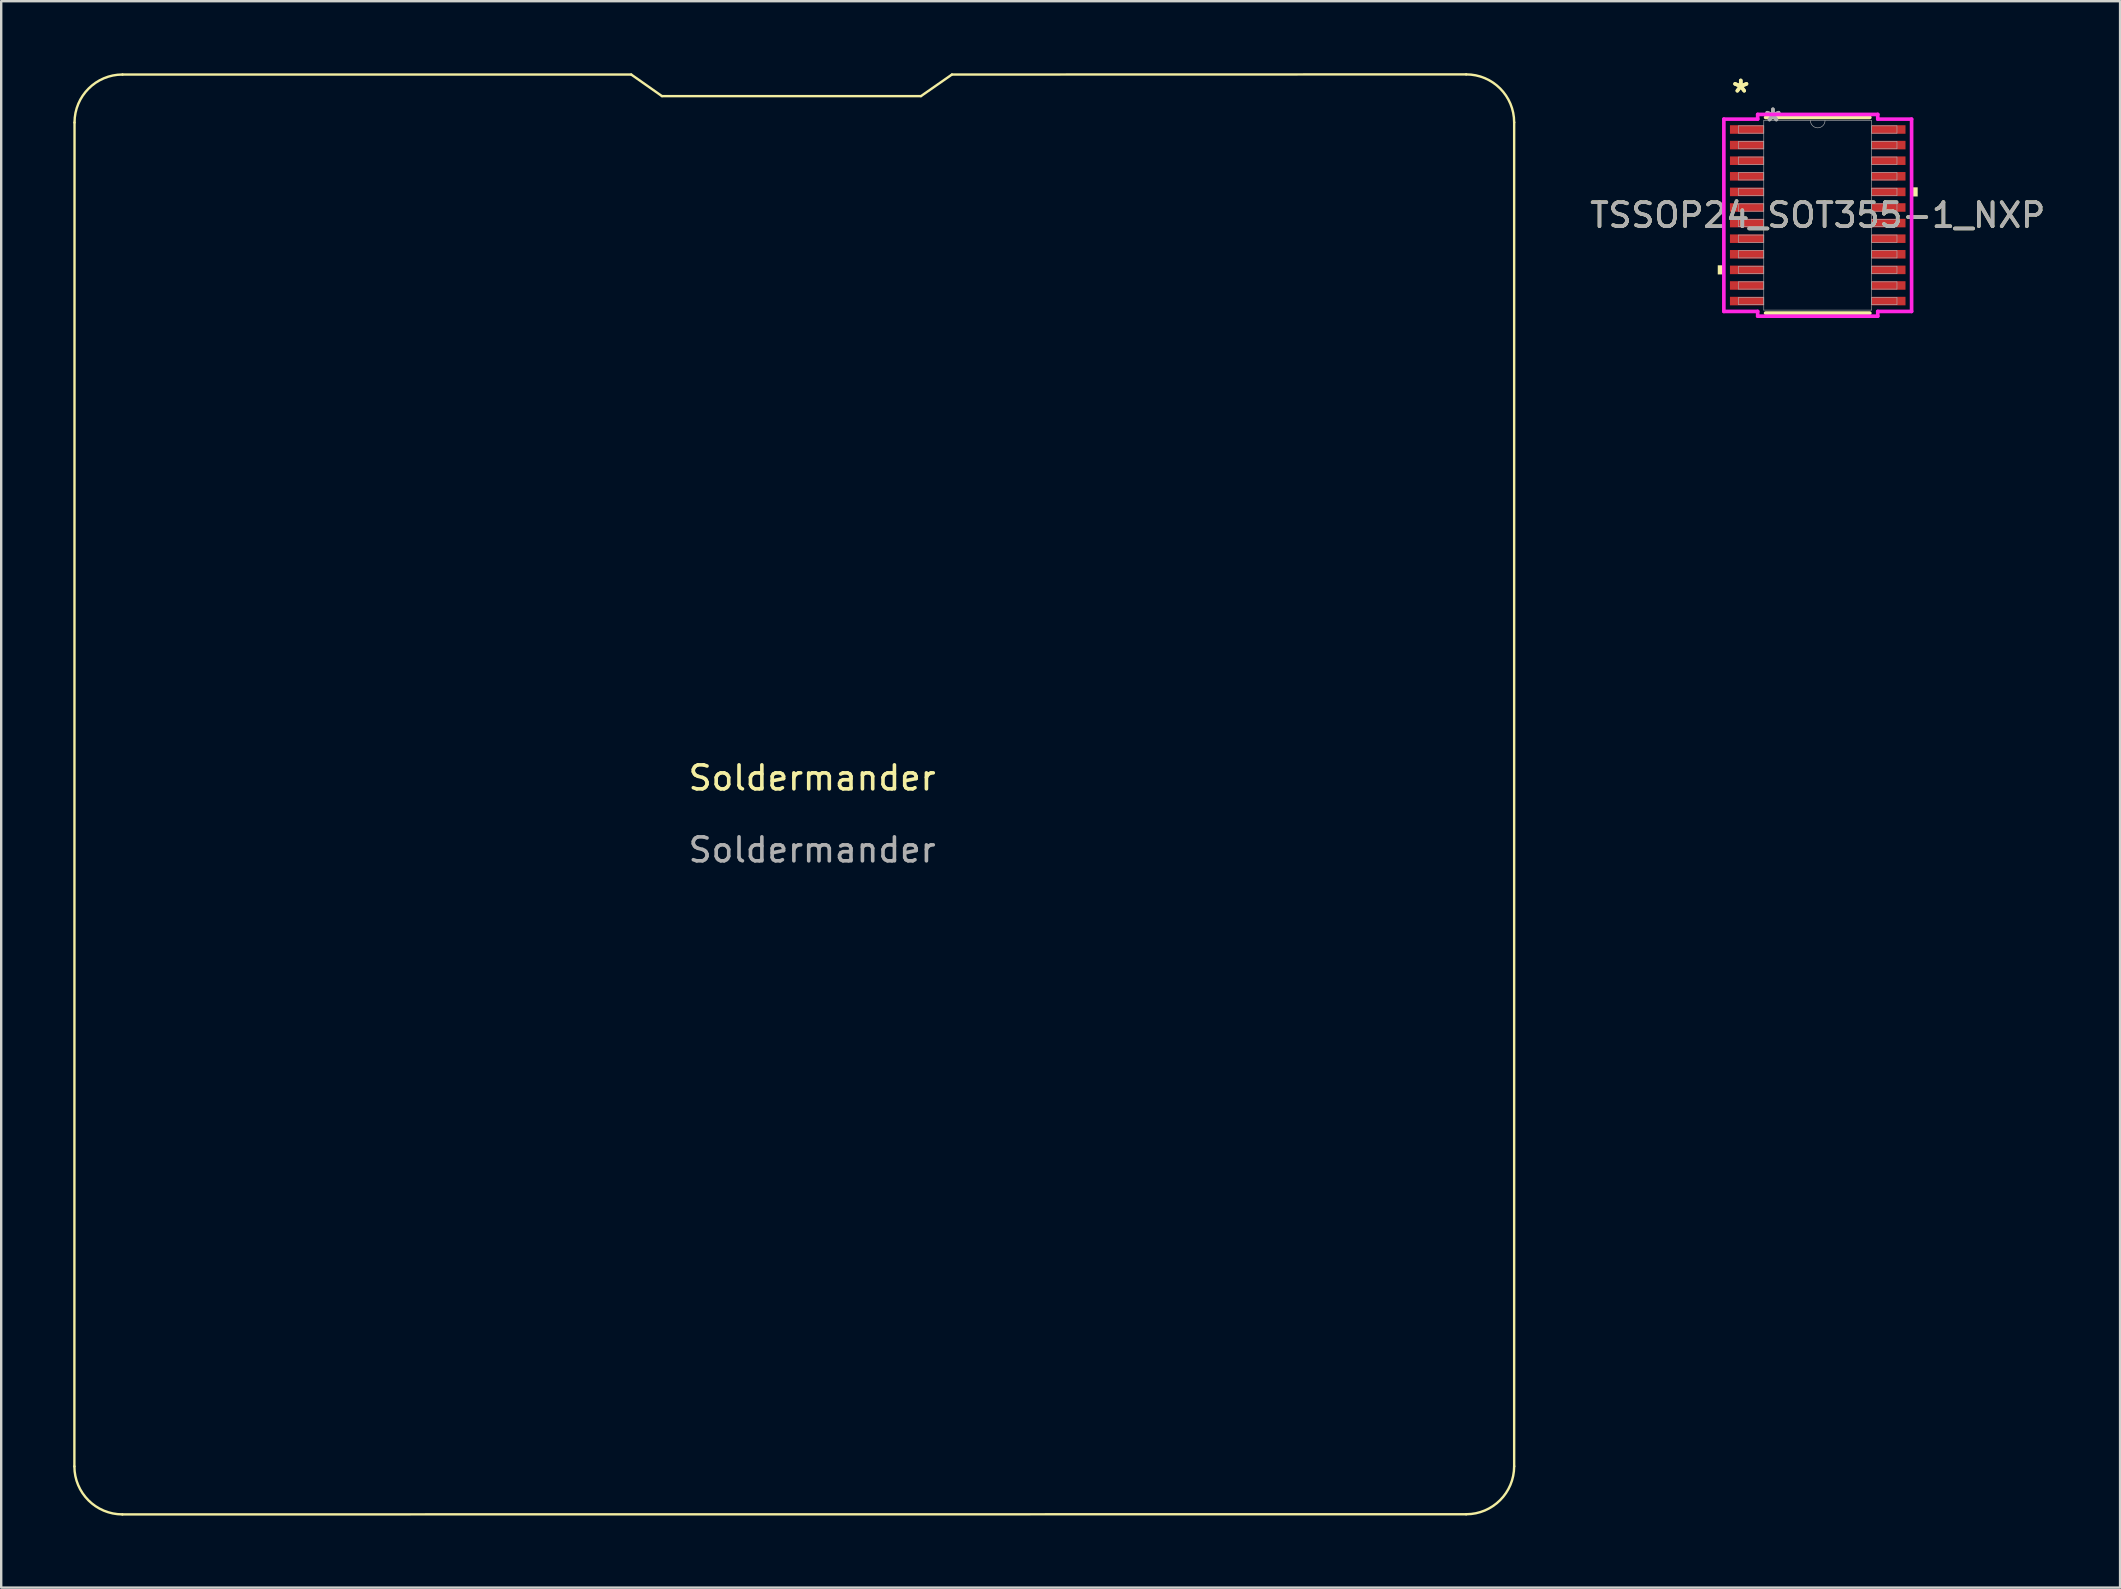
<source format=kicad_pcb>
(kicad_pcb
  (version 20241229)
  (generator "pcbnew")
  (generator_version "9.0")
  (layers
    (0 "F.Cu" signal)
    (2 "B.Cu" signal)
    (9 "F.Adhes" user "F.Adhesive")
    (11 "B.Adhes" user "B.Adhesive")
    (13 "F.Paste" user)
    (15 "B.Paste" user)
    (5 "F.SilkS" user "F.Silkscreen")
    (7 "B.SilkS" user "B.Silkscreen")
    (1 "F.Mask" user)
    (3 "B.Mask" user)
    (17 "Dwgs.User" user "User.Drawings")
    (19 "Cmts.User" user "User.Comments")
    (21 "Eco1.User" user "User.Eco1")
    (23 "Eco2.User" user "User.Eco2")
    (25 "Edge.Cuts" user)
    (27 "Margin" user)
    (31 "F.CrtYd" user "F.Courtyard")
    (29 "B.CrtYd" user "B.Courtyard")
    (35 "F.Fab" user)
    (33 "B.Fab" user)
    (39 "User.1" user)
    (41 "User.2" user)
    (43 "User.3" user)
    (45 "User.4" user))
  (footprint "Soldermander"
    (layer "F.Cu")
    (at 30.053 30.055)
    (property "Reference" "Soldermander" (at 0.743 -0.685 0) (unlocked yes) (layer "F.SilkS") (effects (font (size 1 1) (thickness 0.15))))
    (attr smd)
    (fp_line (start -29.997 -27.999) (end -30.003 28.007) (stroke (width 0.1) (type default)) (layer "F.SilkS"))
    (fp_line (start -28.003 30.007) (end 27.999 30.001) (stroke (width 0.1) (type default)) (layer "F.SilkS"))
    (fp_line (start -6.797 -29.999) (end -27.997 -29.999) (stroke (width 0.1) (type default)) (layer "F.SilkS"))
    (fp_line (start -5.517 -29.1) (end -6.797 -29.999) (stroke (width 0.1) (type solid)) (layer "F.SilkS"))
    (fp_line (start 5.278 -29.1) (end -5.517 -29.1) (stroke (width 0.1) (type solid)) (layer "F.SilkS"))
    (fp_line (start 6.568 -29.999) (end 5.278 -29.1) (stroke (width 0.1) (type solid)) (layer "F.SilkS"))
    (fp_line (start 27.999 -30.005) (end 6.568 -29.999) (stroke (width 0.1) (type default)) (layer "F.SilkS"))
    (fp_line (start 29.999 -28.005) (end 29.999 28.001) (stroke (width 0.1) (type default)) (layer "F.SilkS"))
    (fp_arc (start -29.996999 -27.999209) (mid -29.411213 -29.413423) (end -27.996999 -29.999209) (stroke (width 0.1) (type solid)) (layer "F.SilkS"))
    (fp_arc (start -28.002785 30.006573) (mid -29.417001 29.420789) (end -30.002785 28.006573) (stroke (width 0.1) (type solid)) (layer "F.SilkS"))
    (fp_arc (start 27.998787 -30.004995) (mid 29.413005 -29.419213) (end 29.998787 -28.004995) (stroke (width 0.1) (type solid)) (layer "F.SilkS"))
    (fp_arc (start 29.998787 28.000791) (mid 29.412998 29.415002) (end 27.998787 30.000791) (stroke (width 0.1) (type solid)) (layer "F.SilkS"))
    (fp_text user "${REFERENCE}" (at 0.743 2.315 0) (unlocked yes) (layer "F.Fab") (effects (font (size 1 1) (thickness 0.15)))))
  (footprint "TSSOP24_SOT355-1_NXP"
    (layer "F.Cu")
    (at 72.703 5.922)
    (property "Reference" "TSSOP24_SOT355-1_NXP" (at 0 0 0) (unlocked yes) (layer "F.SilkS") (effects (font (size 1 1) (thickness 0.15))))
    (attr smd)
    (fp_line (start -2.172 4.077) (end 2.172 4.077) (stroke (width 0.152) (type solid)) (layer "F.SilkS"))
    (fp_line (start 2.172 -4.077) (end -2.172 -4.077) (stroke (width 0.152) (type solid)) (layer "F.SilkS"))
    (fp_poly (pts (xy -4.166 2.084) (xy -4.166 2.465) (xy -3.912 2.465) (xy -3.912 2.084)) (stroke (width 0) (type solid)) (fill yes) (layer "F.SilkS"))
    (fp_poly (pts (xy 4.166 -1.165) (xy 4.166 -0.784) (xy 3.912 -0.784) (xy 3.912 -1.165)) (stroke (width 0) (type solid)) (fill yes) (layer "F.SilkS"))
    (fp_line (start -3.912 -4.007) (end -2.502 -4.007) (stroke (width 0.152) (type solid)) (layer "F.CrtYd"))
    (fp_line (start -3.912 4.007) (end -3.912 -4.007) (stroke (width 0.152) (type solid)) (layer "F.CrtYd"))
    (fp_line (start -3.912 4.007) (end -2.502 4.007) (stroke (width 0.152) (type solid)) (layer "F.CrtYd"))
    (fp_line (start -2.502 -4.204) (end 2.502 -4.204) (stroke (width 0.152) (type solid)) (layer "F.CrtYd"))
    (fp_line (start -2.502 -4.007) (end -2.502 -4.204) (stroke (width 0.152) (type solid)) (layer "F.CrtYd"))
    (fp_line (start -2.502 4.204) (end -2.502 4.007) (stroke (width 0.152) (type solid)) (layer "F.CrtYd"))
    (fp_line (start 2.502 -4.204) (end 2.502 -4.007) (stroke (width 0.152) (type solid)) (layer "F.CrtYd"))
    (fp_line (start 2.502 4.007) (end 2.502 4.204) (stroke (width 0.152) (type solid)) (layer "F.CrtYd"))
    (fp_line (start 2.502 4.204) (end -2.502 4.204) (stroke (width 0.152) (type solid)) (layer "F.CrtYd"))
    (fp_line (start 3.912 -4.007) (end 2.502 -4.007) (stroke (width 0.152) (type solid)) (layer "F.CrtYd"))
    (fp_line (start 3.912 -4.007) (end 3.912 4.007) (stroke (width 0.152) (type solid)) (layer "F.CrtYd"))
    (fp_line (start 3.912 4.007) (end 2.502 4.007) (stroke (width 0.152) (type solid)) (layer "F.CrtYd"))
    (fp_line (start -3.302 -3.727) (end -3.302 -3.423) (stroke (width 0.025) (type solid)) (layer "F.Fab"))
    (fp_line (start -3.302 -3.423) (end -2.248 -3.423) (stroke (width 0.025) (type solid)) (layer "F.Fab"))
    (fp_line (start -3.302 -3.077) (end -3.302 -2.773) (stroke (width 0.025) (type solid)) (layer "F.Fab"))
    (fp_line (start -3.302 -2.773) (end -2.248 -2.773) (stroke (width 0.025) (type solid)) (layer "F.Fab"))
    (fp_line (start -3.302 -2.427) (end -3.302 -2.123) (stroke (width 0.025) (type solid)) (layer "F.Fab"))
    (fp_line (start -3.302 -2.123) (end -2.248 -2.123) (stroke (width 0.025) (type solid)) (layer "F.Fab"))
    (fp_line (start -3.302 -1.777) (end -3.302 -1.473) (stroke (width 0.025) (type solid)) (layer "F.Fab"))
    (fp_line (start -3.302 -1.473) (end -2.248 -1.473) (stroke (width 0.025) (type solid)) (layer "F.Fab"))
    (fp_line (start -3.302 -1.127) (end -3.302 -0.823) (stroke (width 0.025) (type solid)) (layer "F.Fab"))
    (fp_line (start -3.302 -0.823) (end -2.248 -0.823) (stroke (width 0.025) (type solid)) (layer "F.Fab"))
    (fp_line (start -3.302 -0.477) (end -3.302 -0.173) (stroke (width 0.025) (type solid)) (layer "F.Fab"))
    (fp_line (start -3.302 -0.173) (end -2.248 -0.173) (stroke (width 0.025) (type solid)) (layer "F.Fab"))
    (fp_line (start -3.302 0.173) (end -3.302 0.477) (stroke (width 0.025) (type solid)) (layer "F.Fab"))
    (fp_line (start -3.302 0.477) (end -2.248 0.477) (stroke (width 0.025) (type solid)) (layer "F.Fab"))
    (fp_line (start -3.302 0.823) (end -3.302 1.127) (stroke (width 0.025) (type solid)) (layer "F.Fab"))
    (fp_line (start -3.302 1.127) (end -2.248 1.127) (stroke (width 0.025) (type solid)) (layer "F.Fab"))
    (fp_line (start -3.302 1.473) (end -3.302 1.777) (stroke (width 0.025) (type solid)) (layer "F.Fab"))
    (fp_line (start -3.302 1.777) (end -2.248 1.777) (stroke (width 0.025) (type solid)) (layer "F.Fab"))
    (fp_line (start -3.302 2.123) (end -3.302 2.427) (stroke (width 0.025) (type solid)) (layer "F.Fab"))
    (fp_line (start -3.302 2.427) (end -2.248 2.427) (stroke (width 0.025) (type solid)) (layer "F.Fab"))
    (fp_line (start -3.302 2.773) (end -3.302 3.077) (stroke (width 0.025) (type solid)) (layer "F.Fab"))
    (fp_line (start -3.302 3.077) (end -2.248 3.077) (stroke (width 0.025) (type solid)) (layer "F.Fab"))
    (fp_line (start -3.302 3.423) (end -3.302 3.727) (stroke (width 0.025) (type solid)) (layer "F.Fab"))
    (fp_line (start -3.302 3.727) (end -2.248 3.727) (stroke (width 0.025) (type solid)) (layer "F.Fab"))
    (fp_line (start -2.248 -3.95) (end -2.248 3.95) (stroke (width 0.025) (type solid)) (layer "F.Fab"))
    (fp_line (start -2.248 -3.727) (end -3.302 -3.727) (stroke (width 0.025) (type solid)) (layer "F.Fab"))
    (fp_line (start -2.248 -3.423) (end -2.248 -3.727) (stroke (width 0.025) (type solid)) (layer "F.Fab"))
    (fp_line (start -2.248 -3.077) (end -3.302 -3.077) (stroke (width 0.025) (type solid)) (layer "F.Fab"))
    (fp_line (start -2.248 -2.773) (end -2.248 -3.077) (stroke (width 0.025) (type solid)) (layer "F.Fab"))
    (fp_line (start -2.248 -2.427) (end -3.302 -2.427) (stroke (width 0.025) (type solid)) (layer "F.Fab"))
    (fp_line (start -2.248 -2.123) (end -2.248 -2.427) (stroke (width 0.025) (type solid)) (layer "F.Fab"))
    (fp_line (start -2.248 -1.777) (end -3.302 -1.777) (stroke (width 0.025) (type solid)) (layer "F.Fab"))
    (fp_line (start -2.248 -1.473) (end -2.248 -1.777) (stroke (width 0.025) (type solid)) (layer "F.Fab"))
    (fp_line (start -2.248 -1.127) (end -3.302 -1.127) (stroke (width 0.025) (type solid)) (layer "F.Fab"))
    (fp_line (start -2.248 -0.823) (end -2.248 -1.127) (stroke (width 0.025) (type solid)) (layer "F.Fab"))
    (fp_line (start -2.248 -0.477) (end -3.302 -0.477) (stroke (width 0.025) (type solid)) (layer "F.Fab"))
    (fp_line (start -2.248 -0.173) (end -2.248 -0.477) (stroke (width 0.025) (type solid)) (layer "F.Fab"))
    (fp_line (start -2.248 0.173) (end -3.302 0.173) (stroke (width 0.025) (type solid)) (layer "F.Fab"))
    (fp_line (start -2.248 0.477) (end -2.248 0.173) (stroke (width 0.025) (type solid)) (layer "F.Fab"))
    (fp_line (start -2.248 0.823) (end -3.302 0.823) (stroke (width 0.025) (type solid)) (layer "F.Fab"))
    (fp_line (start -2.248 1.127) (end -2.248 0.823) (stroke (width 0.025) (type solid)) (layer "F.Fab"))
    (fp_line (start -2.248 1.473) (end -3.302 1.473) (stroke (width 0.025) (type solid)) (layer "F.Fab"))
    (fp_line (start -2.248 1.777) (end -2.248 1.473) (stroke (width 0.025) (type solid)) (layer "F.Fab"))
    (fp_line (start -2.248 2.123) (end -3.302 2.123) (stroke (width 0.025) (type solid)) (layer "F.Fab"))
    (fp_line (start -2.248 2.427) (end -2.248 2.123) (stroke (width 0.025) (type solid)) (layer "F.Fab"))
    (fp_line (start -2.248 2.773) (end -3.302 2.773) (stroke (width 0.025) (type solid)) (layer "F.Fab"))
    (fp_line (start -2.248 3.077) (end -2.248 2.773) (stroke (width 0.025) (type solid)) (layer "F.Fab"))
    (fp_line (start -2.248 3.423) (end -3.302 3.423) (stroke (width 0.025) (type solid)) (layer "F.Fab"))
    (fp_line (start -2.248 3.727) (end -2.248 3.423) (stroke (width 0.025) (type solid)) (layer "F.Fab"))
    (fp_line (start -2.248 3.95) (end 2.248 3.95) (stroke (width 0.025) (type solid)) (layer "F.Fab"))
    (fp_line (start 2.248 -3.95) (end -2.248 -3.95) (stroke (width 0.025) (type solid)) (layer "F.Fab"))
    (fp_line (start 2.248 -3.727) (end 2.248 -3.423) (stroke (width 0.025) (type solid)) (layer "F.Fab"))
    (fp_line (start 2.248 -3.423) (end 3.302 -3.423) (stroke (width 0.025) (type solid)) (layer "F.Fab"))
    (fp_line (start 2.248 -3.077) (end 2.248 -2.773) (stroke (width 0.025) (type solid)) (layer "F.Fab"))
    (fp_line (start 2.248 -2.773) (end 3.302 -2.773) (stroke (width 0.025) (type solid)) (layer "F.Fab"))
    (fp_line (start 2.248 -2.427) (end 2.248 -2.123) (stroke (width 0.025) (type solid)) (layer "F.Fab"))
    (fp_line (start 2.248 -2.123) (end 3.302 -2.123) (stroke (width 0.025) (type solid)) (layer "F.Fab"))
    (fp_line (start 2.248 -1.777) (end 2.248 -1.473) (stroke (width 0.025) (type solid)) (layer "F.Fab"))
    (fp_line (start 2.248 -1.473) (end 3.302 -1.473) (stroke (width 0.025) (type solid)) (layer "F.Fab"))
    (fp_line (start 2.248 -1.127) (end 2.248 -0.823) (stroke (width 0.025) (type solid)) (layer "F.Fab"))
    (fp_line (start 2.248 -0.823) (end 3.302 -0.823) (stroke (width 0.025) (type solid)) (layer "F.Fab"))
    (fp_line (start 2.248 -0.477) (end 2.248 -0.173) (stroke (width 0.025) (type solid)) (layer "F.Fab"))
    (fp_line (start 2.248 -0.173) (end 3.302 -0.173) (stroke (width 0.025) (type solid)) (layer "F.Fab"))
    (fp_line (start 2.248 0.173) (end 2.248 0.477) (stroke (width 0.025) (type solid)) (layer "F.Fab"))
    (fp_line (start 2.248 0.477) (end 3.302 0.477) (stroke (width 0.025) (type solid)) (layer "F.Fab"))
    (fp_line (start 2.248 0.823) (end 2.248 1.127) (stroke (width 0.025) (type solid)) (layer "F.Fab"))
    (fp_line (start 2.248 1.127) (end 3.302 1.127) (stroke (width 0.025) (type solid)) (layer "F.Fab"))
    (fp_line (start 2.248 1.473) (end 2.248 1.777) (stroke (width 0.025) (type solid)) (layer "F.Fab"))
    (fp_line (start 2.248 1.777) (end 3.302 1.777) (stroke (width 0.025) (type solid)) (layer "F.Fab"))
    (fp_line (start 2.248 2.123) (end 2.248 2.427) (stroke (width 0.025) (type solid)) (layer "F.Fab"))
    (fp_line (start 2.248 2.427) (end 3.302 2.427) (stroke (width 0.025) (type solid)) (layer "F.Fab"))
    (fp_line (start 2.248 2.773) (end 2.248 3.077) (stroke (width 0.025) (type solid)) (layer "F.Fab"))
    (fp_line (start 2.248 3.077) (end 3.302 3.077) (stroke (width 0.025) (type solid)) (layer "F.Fab"))
    (fp_line (start 2.248 3.423) (end 2.248 3.727) (stroke (width 0.025) (type solid)) (layer "F.Fab"))
    (fp_line (start 2.248 3.727) (end 3.302 3.727) (stroke (width 0.025) (type solid)) (layer "F.Fab"))
    (fp_line (start 2.248 3.95) (end 2.248 -3.95) (stroke (width 0.025) (type solid)) (layer "F.Fab"))
    (fp_line (start 3.302 -3.727) (end 2.248 -3.727) (stroke (width 0.025) (type solid)) (layer "F.Fab"))
    (fp_line (start 3.302 -3.423) (end 3.302 -3.727) (stroke (width 0.025) (type solid)) (layer "F.Fab"))
    (fp_line (start 3.302 -3.077) (end 2.248 -3.077) (stroke (width 0.025) (type solid)) (layer "F.Fab"))
    (fp_line (start 3.302 -2.773) (end 3.302 -3.077) (stroke (width 0.025) (type solid)) (layer "F.Fab"))
    (fp_line (start 3.302 -2.427) (end 2.248 -2.427) (stroke (width 0.025) (type solid)) (layer "F.Fab"))
    (fp_line (start 3.302 -2.123) (end 3.302 -2.427) (stroke (width 0.025) (type solid)) (layer "F.Fab"))
    (fp_line (start 3.302 -1.777) (end 2.248 -1.777) (stroke (width 0.025) (type solid)) (layer "F.Fab"))
    (fp_line (start 3.302 -1.473) (end 3.302 -1.777) (stroke (width 0.025) (type solid)) (layer "F.Fab"))
    (fp_line (start 3.302 -1.127) (end 2.248 -1.127) (stroke (width 0.025) (type solid)) (layer "F.Fab"))
    (fp_line (start 3.302 -0.823) (end 3.302 -1.127) (stroke (width 0.025) (type solid)) (layer "F.Fab"))
    (fp_line (start 3.302 -0.477) (end 2.248 -0.477) (stroke (width 0.025) (type solid)) (layer "F.Fab"))
    (fp_line (start 3.302 -0.173) (end 3.302 -0.477) (stroke (width 0.025) (type solid)) (layer "F.Fab"))
    (fp_line (start 3.302 0.173) (end 2.248 0.173) (stroke (width 0.025) (type solid)) (layer "F.Fab"))
    (fp_line (start 3.302 0.477) (end 3.302 0.173) (stroke (width 0.025) (type solid)) (layer "F.Fab"))
    (fp_line (start 3.302 0.823) (end 2.248 0.823) (stroke (width 0.025) (type solid)) (layer "F.Fab"))
    (fp_line (start 3.302 1.127) (end 3.302 0.823) (stroke (width 0.025) (type solid)) (layer "F.Fab"))
    (fp_line (start 3.302 1.473) (end 2.248 1.473) (stroke (width 0.025) (type solid)) (layer "F.Fab"))
    (fp_line (start 3.302 1.777) (end 3.302 1.473) (stroke (width 0.025) (type solid)) (layer "F.Fab"))
    (fp_line (start 3.302 2.123) (end 2.248 2.123) (stroke (width 0.025) (type solid)) (layer "F.Fab"))
    (fp_line (start 3.302 2.427) (end 3.302 2.123) (stroke (width 0.025) (type solid)) (layer "F.Fab"))
    (fp_line (start 3.302 2.773) (end 2.248 2.773) (stroke (width 0.025) (type solid)) (layer "F.Fab"))
    (fp_line (start 3.302 3.077) (end 3.302 2.773) (stroke (width 0.025) (type solid)) (layer "F.Fab"))
    (fp_line (start 3.302 3.423) (end 2.248 3.423) (stroke (width 0.025) (type solid)) (layer "F.Fab"))
    (fp_line (start 3.302 3.727) (end 3.302 3.423) (stroke (width 0.025) (type solid)) (layer "F.Fab"))
    (fp_arc (start 0.3048 -3.9497) (mid 0 -3.6449) (end -0.3048 -3.9497) (stroke (width 0.0254) (type solid)) (layer "F.Fab"))
    (fp_text user "*" (at -3.207 -5.074 0) (layer "F.SilkS") (effects (font (size 1 1) (thickness 0.15))))
    (fp_text user "*" (at -3.207 -5.074 0) (unlocked yes) (layer "F.SilkS") (effects (font (size 1 1) (thickness 0.15))))
    (fp_text user "${REFERENCE}" (at 0 0 0) (unlocked yes) (layer "F.Fab") (effects (font (size 1 1) (thickness 0.15))))
    (fp_text user "*" (at -1.867 -3.873 0) (layer "F.Fab") (effects (font (size 1 1) (thickness 0.15))))
    (fp_text user "*" (at -1.867 -3.873 0) (unlocked yes) (layer "F.Fab") (effects (font (size 1 1) (thickness 0.15))))
    (pad "1" smd rect (at -2.953 -3.575) (size 1.41 0.356) (layers "F.Cu" "F.Mask" "F.Paste"))
    (pad "2" smd rect (at -2.953 -2.925) (size 1.41 0.356) (layers "F.Cu" "F.Mask" "F.Paste"))
    (pad "3" smd rect (at -2.953 -2.275) (size 1.41 0.356) (layers "F.Cu" "F.Mask" "F.Paste"))
    (pad "4" smd rect (at -2.953 -1.625) (size 1.41 0.356) (layers "F.Cu" "F.Mask" "F.Paste"))
    (pad "5" smd rect (at -2.953 -0.975) (size 1.41 0.356) (layers "F.Cu" "F.Mask" "F.Paste"))
    (pad "6" smd rect (at -2.953 -0.325) (size 1.41 0.356) (layers "F.Cu" "F.Mask" "F.Paste"))
    (pad "7" smd rect (at -2.953 0.325) (size 1.41 0.356) (layers "F.Cu" "F.Mask" "F.Paste"))
    (pad "8" smd rect (at -2.953 0.975) (size 1.41 0.356) (layers "F.Cu" "F.Mask" "F.Paste"))
    (pad "9" smd rect (at -2.953 1.625) (size 1.41 0.356) (layers "F.Cu" "F.Mask" "F.Paste"))
    (pad "10" smd rect (at -2.953 2.275) (size 1.41 0.356) (layers "F.Cu" "F.Mask" "F.Paste"))
    (pad "11" smd rect (at -2.953 2.925) (size 1.41 0.356) (layers "F.Cu" "F.Mask" "F.Paste"))
    (pad "12" smd rect (at -2.953 3.575) (size 1.41 0.356) (layers "F.Cu" "F.Mask" "F.Paste"))
    (pad "13" smd rect (at 2.953 3.575) (size 1.41 0.356) (layers "F.Cu" "F.Mask" "F.Paste"))
    (pad "14" smd rect (at 2.953 2.925) (size 1.41 0.356) (layers "F.Cu" "F.Mask" "F.Paste"))
    (pad "15" smd rect (at 2.953 2.275) (size 1.41 0.356) (layers "F.Cu" "F.Mask" "F.Paste"))
    (pad "16" smd rect (at 2.953 1.625) (size 1.41 0.356) (layers "F.Cu" "F.Mask" "F.Paste"))
    (pad "17" smd rect (at 2.953 0.975) (size 1.41 0.356) (layers "F.Cu" "F.Mask" "F.Paste"))
    (pad "18" smd rect (at 2.953 0.325) (size 1.41 0.356) (layers "F.Cu" "F.Mask" "F.Paste"))
    (pad "19" smd rect (at 2.953 -0.325) (size 1.41 0.356) (layers "F.Cu" "F.Mask" "F.Paste"))
    (pad "20" smd rect (at 2.953 -0.975) (size 1.41 0.356) (layers "F.Cu" "F.Mask" "F.Paste"))
    (pad "21" smd rect (at 2.953 -1.625) (size 1.41 0.356) (layers "F.Cu" "F.Mask" "F.Paste"))
    (pad "22" smd rect (at 2.953 -2.275) (size 1.41 0.356) (layers "F.Cu" "F.Mask" "F.Paste"))
    (pad "23" smd rect (at 2.953 -2.925) (size 1.41 0.356) (layers "F.Cu" "F.Mask" "F.Paste"))
    (pad "24" smd rect (at 2.953 -3.575) (size 1.41 0.356) (layers "F.Cu" "F.Mask" "F.Paste")))
  (gr_rect
    (start -3 -3)
    (end 85.304 63.112)
    (stroke (width 0.1) (type default))
    (fill no)
    (layer "Edge.Cuts")))
</source>
